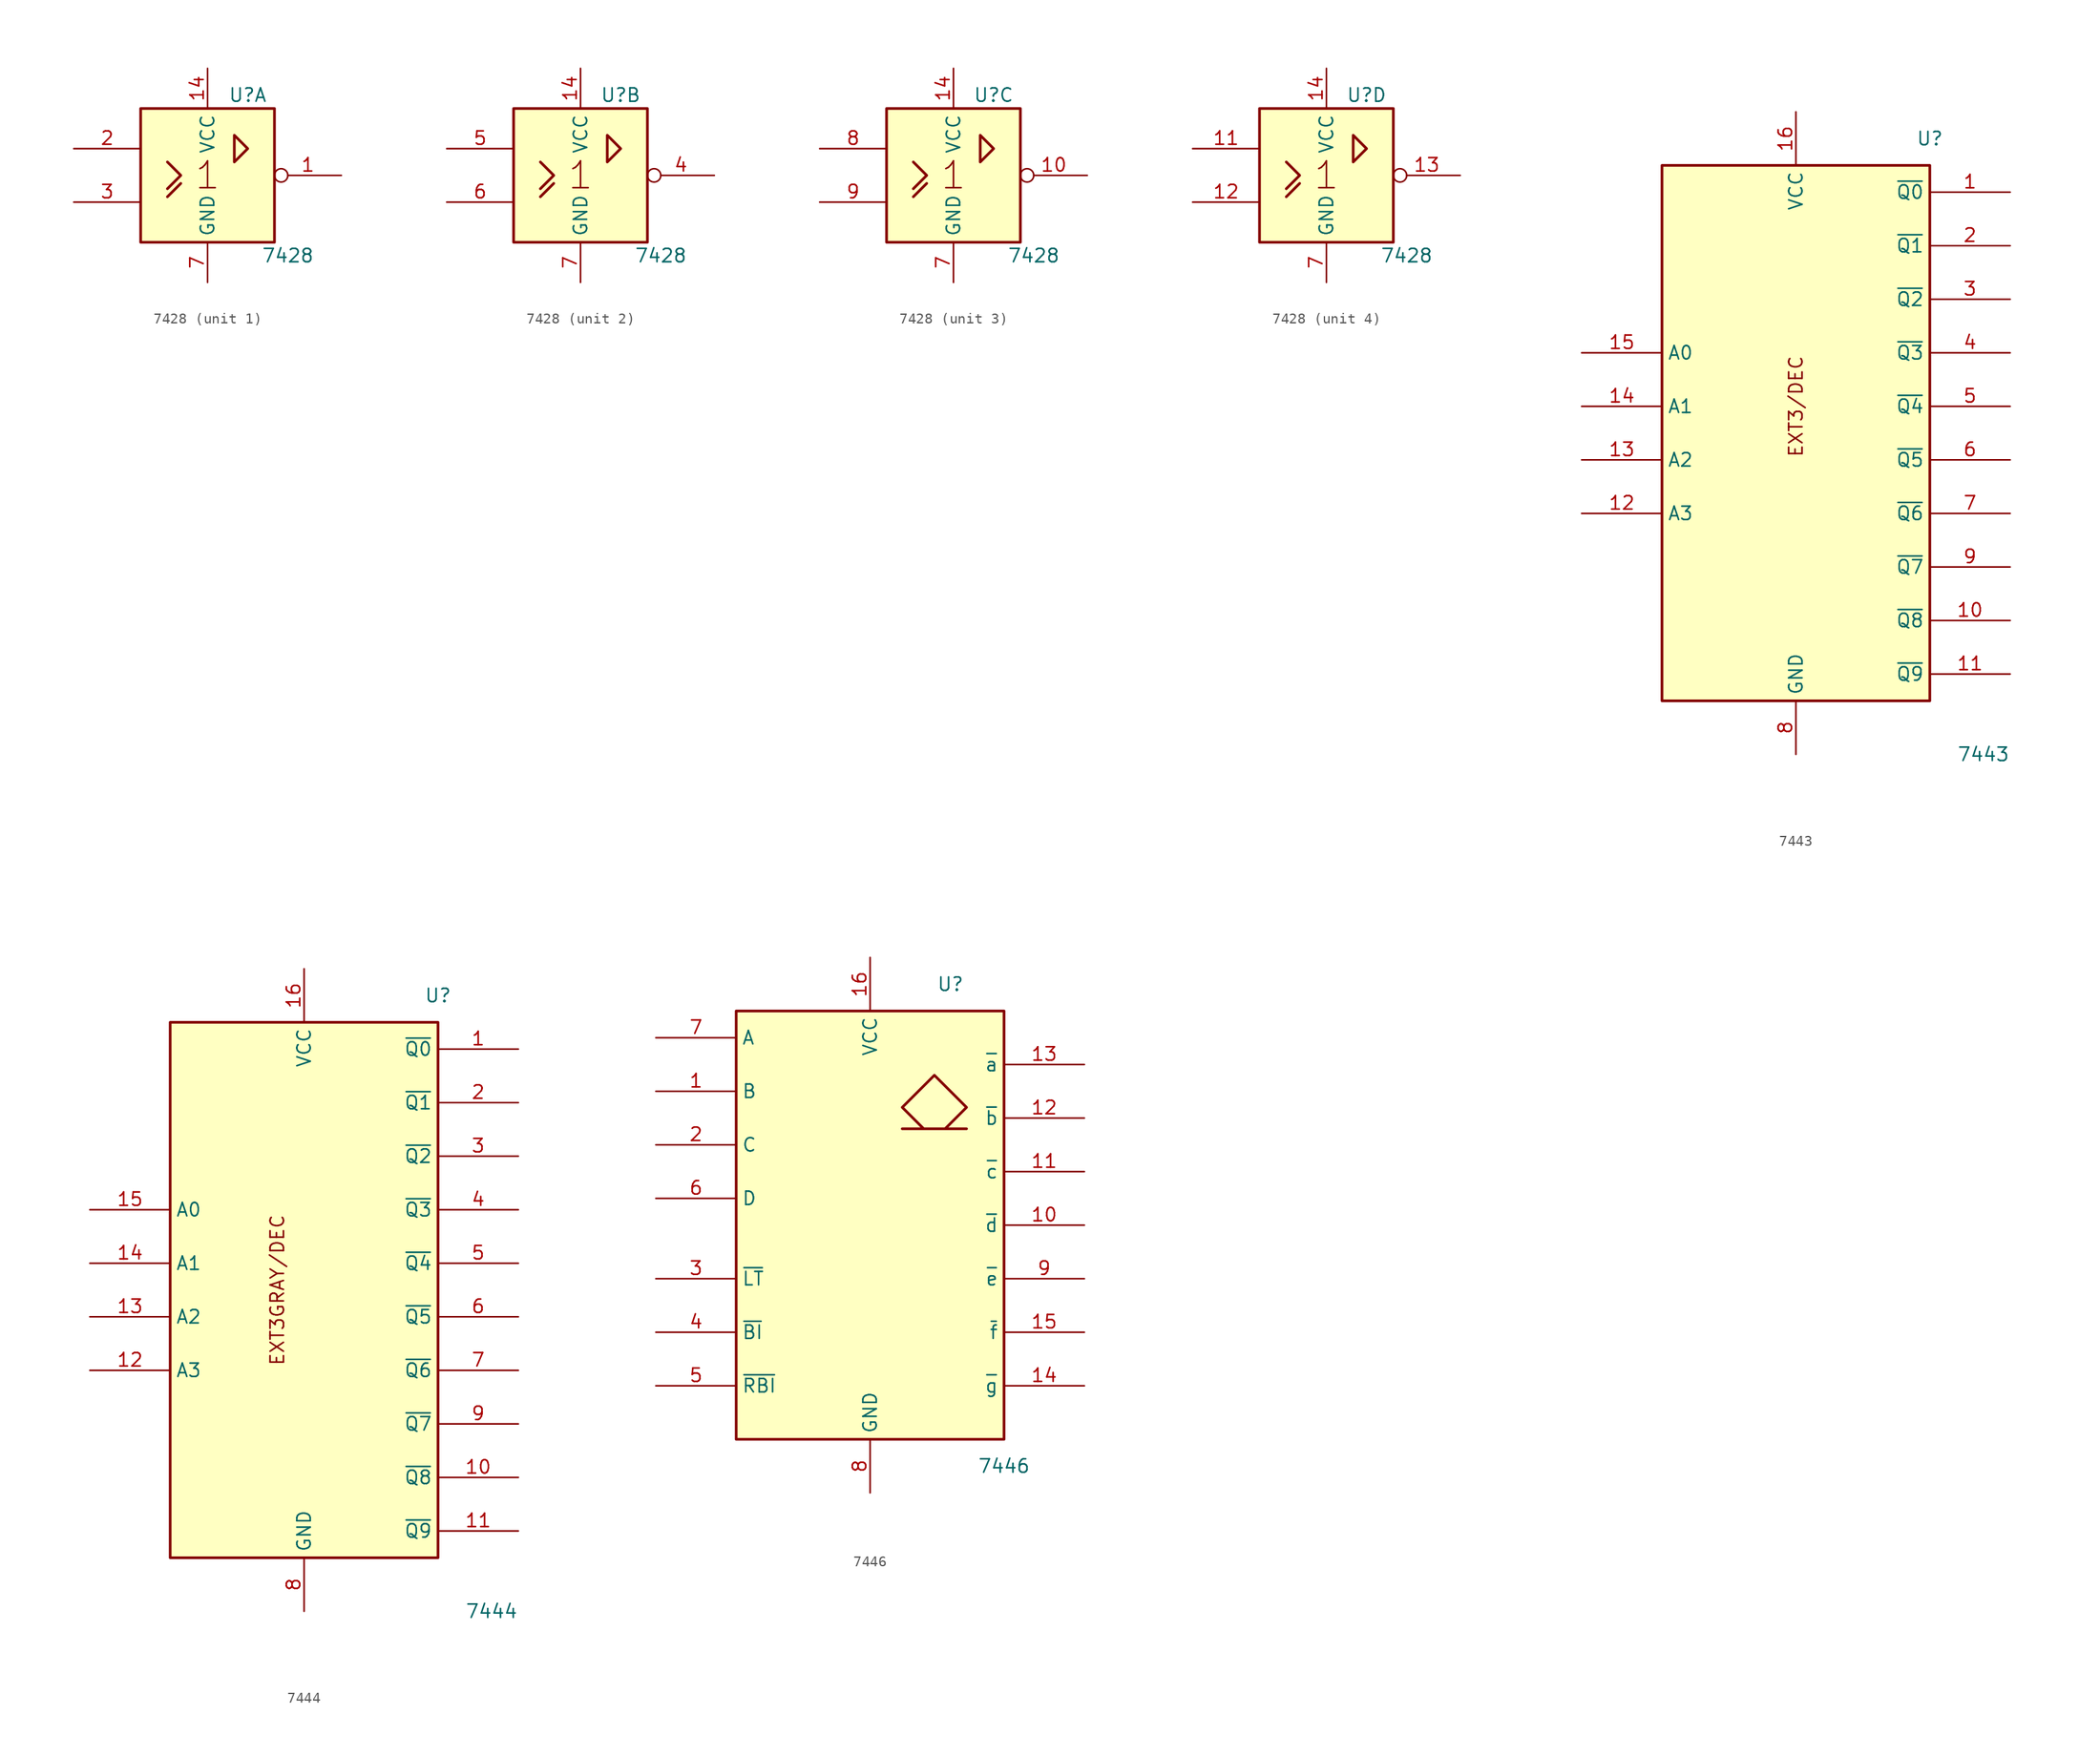
<source format=kicad_sym>
(kicad_symbol_lib
  (version 20231120)
  (generator "kicad_symbol_editor")
  (generator_version "8.0")
  (symbol "7428"
    (property "Reference" "U"
      (at 3.81 7.62 0)
      (effects (font (size 1.27 1.27))))
    (property "Value" "7428"
      (at 7.62 -7.62 0)
      (effects (font (size 1.27 1.27))))
    (symbol "7428_0_0"
      (polyline (pts (xy -3.81 -2.032) (xy -2.54 -0.762) (xy -2.54 -0.762)) (stroke (width 0.254) (type default)) (fill (type background)))
      (polyline (pts (xy -3.81 1.27) (xy -2.54 0) (xy -3.81 -1.27) (xy -3.81 -1.27)) (stroke (width 0.254) (type default)) (fill (type background)))
      (text "1" (at 0 0 0) (effects (font (size 2.54 2.54))))
      (pin power_in line (at 0 10.16 270) (length 3.81) (name "VCC" (effects (font (size 1.27 1.27)))) (number "14" (effects (font (size 1.27 1.27)))))
      (pin power_in line (at 0 -10.16 90) (length 3.81) (name "GND" (effects (font (size 1.27 1.27)))) (number "7" (effects (font (size 1.27 1.27))))))
    (symbol "7428_0_1"
      (rectangle (start -6.35 6.35) (end 6.35 -6.35) (stroke (width 0.254) (type default)) (fill (type background)))
      (polyline (pts (xy 2.54 1.27) (xy 2.54 3.81) (xy 3.81 2.54) (xy 2.54 1.27) (xy 2.54 1.27)) (stroke (width 0.254) (type default)) (fill (type background))))
    (symbol "7428_1_1"
      (pin output inverted (at 12.7 0 180) (length 6.35) (name "~" (effects (font (size 1.27 1.27)))) (number "1" (effects (font (size 1.27 1.27)))))
      (pin input line (at -12.7 2.54 0) (length 6.35) (name "~" (effects (font (size 1.27 1.27)))) (number "2" (effects (font (size 1.27 1.27)))))
      (pin input line (at -12.7 -2.54 0) (length 6.35) (name "~" (effects (font (size 1.27 1.27)))) (number "3" (effects (font (size 1.27 1.27))))))
    (symbol "7428_2_1"
      (pin output inverted (at 12.7 0 180) (length 6.35) (name "~" (effects (font (size 1.27 1.27)))) (number "4" (effects (font (size 1.27 1.27)))))
      (pin input line (at -12.7 2.54 0) (length 6.35) (name "~" (effects (font (size 1.27 1.27)))) (number "5" (effects (font (size 1.27 1.27)))))
      (pin input line (at -12.7 -2.54 0) (length 6.35) (name "~" (effects (font (size 1.27 1.27)))) (number "6" (effects (font (size 1.27 1.27))))))
    (symbol "7428_3_1"
      (pin output inverted (at 12.7 0 180) (length 6.35) (name "~" (effects (font (size 1.27 1.27)))) (number "10" (effects (font (size 1.27 1.27)))))
      (pin input line (at -12.7 2.54 0) (length 6.35) (name "~" (effects (font (size 1.27 1.27)))) (number "8" (effects (font (size 1.27 1.27)))))
      (pin input line (at -12.7 -2.54 0) (length 6.35) (name "~" (effects (font (size 1.27 1.27)))) (number "9" (effects (font (size 1.27 1.27))))))
    (symbol "7428_4_1"
      (pin input line (at -12.7 2.54 0) (length 6.35) (name "~" (effects (font (size 1.27 1.27)))) (number "11" (effects (font (size 1.27 1.27)))))
      (pin input line (at -12.7 -2.54 0) (length 6.35) (name "~" (effects (font (size 1.27 1.27)))) (number "12" (effects (font (size 1.27 1.27)))))
      (pin output inverted (at 12.7 0 180) (length 6.35) (name "~" (effects (font (size 1.27 1.27)))) (number "13" (effects (font (size 1.27 1.27)))))))
  (symbol "7443"
    (property "Reference" "U"
      (at 12.7 27.94 0)
      (effects (font (size 1.27 1.27))))
    (property "Value" "7443"
      (at 17.78 -30.48 0)
      (effects (font (size 1.27 1.27))))
    (symbol "7443_0_0"
      (rectangle (start -12.7 25.4) (end 12.7 -25.4) (stroke (width 0.254) (type default)) (fill (type background)))
      (text "EXT3/DEC" (at 0 2.54 900) (effects (font (size 1.27 1.27))))
      (pin power_in line (at 0 30.48 270) (length 5.08) (name "VCC" (effects (font (size 1.27 1.27)))) (number "16" (effects (font (size 1.27 1.27)))))
      (pin power_in line (at 0 -30.48 90) (length 5.08) (name "GND" (effects (font (size 1.27 1.27)))) (number "8" (effects (font (size 1.27 1.27))))))
    (symbol "7443_1_1"
      (pin output line (at 20.32 22.86 180) (length 7.62) (name "~{Q0}" (effects (font (size 1.27 1.27)))) (number "1" (effects (font (size 1.27 1.27)))))
      (pin output line (at 20.32 -17.78 180) (length 7.62) (name "~{Q8}" (effects (font (size 1.27 1.27)))) (number "10" (effects (font (size 1.27 1.27)))))
      (pin output line (at 20.32 -22.86 180) (length 7.62) (name "~{Q9}" (effects (font (size 1.27 1.27)))) (number "11" (effects (font (size 1.27 1.27)))))
      (pin input line (at -20.32 -7.62 0) (length 7.62) (name "A3" (effects (font (size 1.27 1.27)))) (number "12" (effects (font (size 1.27 1.27)))))
      (pin input line (at -20.32 -2.54 0) (length 7.62) (name "A2" (effects (font (size 1.27 1.27)))) (number "13" (effects (font (size 1.27 1.27)))))
      (pin input line (at -20.32 2.54 0) (length 7.62) (name "A1" (effects (font (size 1.27 1.27)))) (number "14" (effects (font (size 1.27 1.27)))))
      (pin input line (at -20.32 7.62 0) (length 7.62) (name "A0" (effects (font (size 1.27 1.27)))) (number "15" (effects (font (size 1.27 1.27)))))
      (pin output line (at 20.32 17.78 180) (length 7.62) (name "~{Q1}" (effects (font (size 1.27 1.27)))) (number "2" (effects (font (size 1.27 1.27)))))
      (pin output line (at 20.32 12.7 180) (length 7.62) (name "~{Q2}" (effects (font (size 1.27 1.27)))) (number "3" (effects (font (size 1.27 1.27)))))
      (pin output line (at 20.32 7.62 180) (length 7.62) (name "~{Q3}" (effects (font (size 1.27 1.27)))) (number "4" (effects (font (size 1.27 1.27)))))
      (pin output line (at 20.32 2.54 180) (length 7.62) (name "~{Q4}" (effects (font (size 1.27 1.27)))) (number "5" (effects (font (size 1.27 1.27)))))
      (pin output line (at 20.32 -2.54 180) (length 7.62) (name "~{Q5}" (effects (font (size 1.27 1.27)))) (number "6" (effects (font (size 1.27 1.27)))))
      (pin output line (at 20.32 -7.62 180) (length 7.62) (name "~{Q6}" (effects (font (size 1.27 1.27)))) (number "7" (effects (font (size 1.27 1.27)))))
      (pin output line (at 20.32 -12.7 180) (length 7.62) (name "~{Q7}" (effects (font (size 1.27 1.27)))) (number "9" (effects (font (size 1.27 1.27)))))))
  (symbol "7444"
    (property "Reference" "U"
      (at 12.7 27.94 0)
      (effects (font (size 1.27 1.27))))
    (property "Value" "7444"
      (at 17.78 -30.48 0)
      (effects (font (size 1.27 1.27))))
    (symbol "7444_0_0"
      (rectangle (start -12.7 25.4) (end 12.7 -25.4) (stroke (width 0.254) (type default)) (fill (type background)))
      (text "EXT3GRAY/DEC" (at -2.54 0 900) (effects (font (size 1.27 1.27))))
      (pin power_in line (at 0 30.48 270) (length 5.08) (name "VCC" (effects (font (size 1.27 1.27)))) (number "16" (effects (font (size 1.27 1.27)))))
      (pin power_in line (at 0 -30.48 90) (length 5.08) (name "GND" (effects (font (size 1.27 1.27)))) (number "8" (effects (font (size 1.27 1.27))))))
    (symbol "7444_1_1"
      (pin output line (at 20.32 22.86 180) (length 7.62) (name "~{Q0}" (effects (font (size 1.27 1.27)))) (number "1" (effects (font (size 1.27 1.27)))))
      (pin output line (at 20.32 -17.78 180) (length 7.62) (name "~{Q8}" (effects (font (size 1.27 1.27)))) (number "10" (effects (font (size 1.27 1.27)))))
      (pin output line (at 20.32 -22.86 180) (length 7.62) (name "~{Q9}" (effects (font (size 1.27 1.27)))) (number "11" (effects (font (size 1.27 1.27)))))
      (pin input line (at -20.32 -7.62 0) (length 7.62) (name "A3" (effects (font (size 1.27 1.27)))) (number "12" (effects (font (size 1.27 1.27)))))
      (pin input line (at -20.32 -2.54 0) (length 7.62) (name "A2" (effects (font (size 1.27 1.27)))) (number "13" (effects (font (size 1.27 1.27)))))
      (pin input line (at -20.32 2.54 0) (length 7.62) (name "A1" (effects (font (size 1.27 1.27)))) (number "14" (effects (font (size 1.27 1.27)))))
      (pin input line (at -20.32 7.62 0) (length 7.62) (name "A0" (effects (font (size 1.27 1.27)))) (number "15" (effects (font (size 1.27 1.27)))))
      (pin output line (at 20.32 17.78 180) (length 7.62) (name "~{Q1}" (effects (font (size 1.27 1.27)))) (number "2" (effects (font (size 1.27 1.27)))))
      (pin output line (at 20.32 12.7 180) (length 7.62) (name "~{Q2}" (effects (font (size 1.27 1.27)))) (number "3" (effects (font (size 1.27 1.27)))))
      (pin output line (at 20.32 7.62 180) (length 7.62) (name "~{Q3}" (effects (font (size 1.27 1.27)))) (number "4" (effects (font (size 1.27 1.27)))))
      (pin output line (at 20.32 2.54 180) (length 7.62) (name "~{Q4}" (effects (font (size 1.27 1.27)))) (number "5" (effects (font (size 1.27 1.27)))))
      (pin output line (at 20.32 -2.54 180) (length 7.62) (name "~{Q5}" (effects (font (size 1.27 1.27)))) (number "6" (effects (font (size 1.27 1.27)))))
      (pin output line (at 20.32 -7.62 180) (length 7.62) (name "~{Q6}" (effects (font (size 1.27 1.27)))) (number "7" (effects (font (size 1.27 1.27)))))
      (pin output line (at 20.32 -12.7 180) (length 7.62) (name "~{Q7}" (effects (font (size 1.27 1.27)))) (number "9" (effects (font (size 1.27 1.27)))))))
  (symbol "7446"
    (property "Reference" "U"
      (at 7.62 22.86 0)
      (effects (font (size 1.27 1.27))))
    (property "Value" "7446"
      (at 12.7 -22.86 0)
      (effects (font (size 1.27 1.27))))
    (symbol "7446_0_0"
      (rectangle (start -12.7 20.32) (end 12.7 -20.32) (stroke (width 0.254) (type default)) (fill (type background)))
      (polyline (pts (xy 7.112 9.144) (xy 9.144 11.176) (xy 6.096 14.224) (xy 3.048 11.176) (xy 5.08 9.144) (xy 3.048 9.144) (xy 9.144 9.144) (xy 9.144 9.144)) (stroke (width 0.254) (type default)) (fill (type background)))
      (pin power_in line (at 0 25.4 270) (length 5.08) (name "VCC" (effects (font (size 1.27 1.27)))) (number "16" (effects (font (size 1.27 1.27)))))
      (pin power_in line (at 0 -25.4 90) (length 5.08) (name "GND" (effects (font (size 1.27 1.27)))) (number "8" (effects (font (size 1.27 1.27))))))
    (symbol "7446_1_1"
      (pin input line (at -20.32 12.7 0) (length 7.62) (name "B" (effects (font (size 1.27 1.27)))) (number "1" (effects (font (size 1.27 1.27)))))
      (pin open_collector line (at 20.32 0 180) (length 7.62) (name "~{d}" (effects (font (size 1.27 1.27)))) (number "10" (effects (font (size 1.27 1.27)))))
      (pin open_collector line (at 20.32 5.08 180) (length 7.62) (name "~{c}" (effects (font (size 1.27 1.27)))) (number "11" (effects (font (size 1.27 1.27)))))
      (pin open_collector line (at 20.32 10.16 180) (length 7.62) (name "~{b}" (effects (font (size 1.27 1.27)))) (number "12" (effects (font (size 1.27 1.27)))))
      (pin open_collector line (at 20.32 15.24 180) (length 7.62) (name "~{a}" (effects (font (size 1.27 1.27)))) (number "13" (effects (font (size 1.27 1.27)))))
      (pin open_collector line (at 20.32 -15.24 180) (length 7.62) (name "~{g}" (effects (font (size 1.27 1.27)))) (number "14" (effects (font (size 1.27 1.27)))))
      (pin open_collector line (at 20.32 -10.16 180) (length 7.62) (name "~{f}" (effects (font (size 1.27 1.27)))) (number "15" (effects (font (size 1.27 1.27)))))
      (pin input line (at -20.32 7.62 0) (length 7.62) (name "C" (effects (font (size 1.27 1.27)))) (number "2" (effects (font (size 1.27 1.27)))))
      (pin input line (at -20.32 -5.08 0) (length 7.62) (name "~{LT}" (effects (font (size 1.27 1.27)))) (number "3" (effects (font (size 1.27 1.27)))))
      (pin input line (at -20.32 -10.16 0) (length 7.62) (name "~{BI}" (effects (font (size 1.27 1.27)))) (number "4" (effects (font (size 1.27 1.27)))))
      (pin input line (at -20.32 -15.24 0) (length 7.62) (name "~{RBI}" (effects (font (size 1.27 1.27)))) (number "5" (effects (font (size 1.27 1.27)))))
      (pin input line (at -20.32 2.54 0) (length 7.62) (name "D" (effects (font (size 1.27 1.27)))) (number "6" (effects (font (size 1.27 1.27)))))
      (pin input line (at -20.32 17.78 0) (length 7.62) (name "A" (effects (font (size 1.27 1.27)))) (number "7" (effects (font (size 1.27 1.27)))))
      (pin open_collector line (at 20.32 -5.08 180) (length 7.62) (name "~{e}" (effects (font (size 1.27 1.27)))) (number "9" (effects (font (size 1.27 1.27))))))))
</source>
